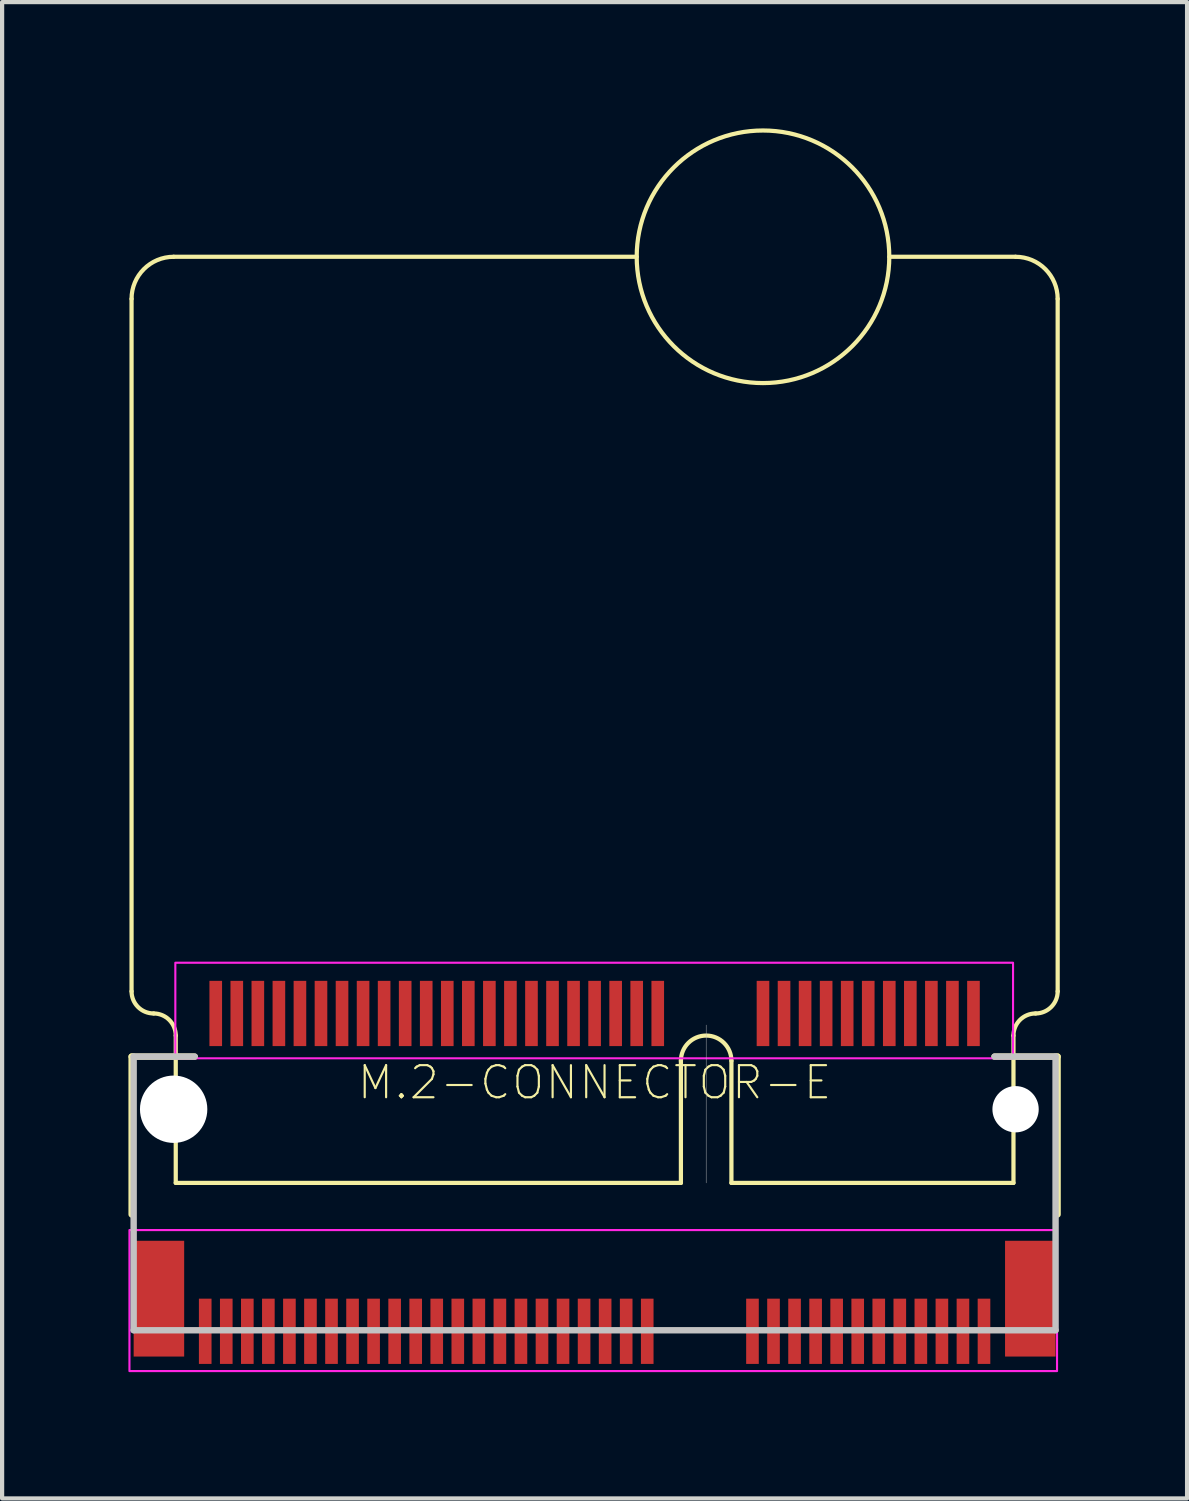
<source format=kicad_pcb>
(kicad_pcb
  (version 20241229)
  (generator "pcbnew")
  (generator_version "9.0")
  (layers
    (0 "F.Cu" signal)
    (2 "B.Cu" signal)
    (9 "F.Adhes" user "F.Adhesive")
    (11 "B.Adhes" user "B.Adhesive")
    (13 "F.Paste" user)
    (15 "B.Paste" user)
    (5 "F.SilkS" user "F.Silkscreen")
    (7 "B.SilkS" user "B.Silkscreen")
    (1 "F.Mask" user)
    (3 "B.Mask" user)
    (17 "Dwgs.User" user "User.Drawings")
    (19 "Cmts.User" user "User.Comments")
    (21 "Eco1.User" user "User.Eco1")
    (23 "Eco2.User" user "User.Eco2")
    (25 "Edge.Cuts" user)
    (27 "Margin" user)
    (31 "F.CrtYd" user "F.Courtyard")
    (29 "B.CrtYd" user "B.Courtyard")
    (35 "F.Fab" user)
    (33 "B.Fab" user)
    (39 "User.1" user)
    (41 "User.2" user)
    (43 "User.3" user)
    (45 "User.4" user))
  (footprint "M.2-CONNECTOR-E"
    (layer "F.Cu")
    (at 11.075 23.3)
    (property "Reference" "M.2-CONNECTOR-E" (at 0 -0.635 0) (layer "F.SilkS") (effects (font (size 0.762 0.762) (thickness 0.051))))
    (attr smd)
    (fp_line (start -11 -19.25) (end -11 -2.8) (stroke (width 0.1) (type solid)) (layer "F.SilkS"))
    (fp_line (start -10.998 2.499) (end -10.998 -1.25) (stroke (width 0.152) (type solid)) (layer "F.SilkS"))
    (fp_line (start -9.95 1.75) (end -9.95 -1.75) (stroke (width 0.1) (type solid)) (layer "F.SilkS"))
    (fp_line (start -9.5 -1.25) (end -10.998 -1.25) (stroke (width 0.152) (type solid)) (layer "F.SilkS"))
    (fp_line (start 1 -20.25) (end -10 -20.25) (stroke (width 0.1) (type solid)) (layer "F.SilkS"))
    (fp_line (start 2.05 -1.15) (end 2.05 1.75) (stroke (width 0.1) (type solid)) (layer "F.SilkS"))
    (fp_line (start 2.05 1.75) (end -9.95 1.75) (stroke (width 0.1) (type solid)) (layer "F.SilkS"))
    (fp_line (start 3.25 -1.15) (end 3.25 1.75) (stroke (width 0.1) (type solid)) (layer "F.SilkS"))
    (fp_line (start 9.95 -1.75) (end 9.95 1.75) (stroke (width 0.1) (type solid)) (layer "F.SilkS"))
    (fp_line (start 9.95 1.75) (end 3.25 1.75) (stroke (width 0.1) (type solid)) (layer "F.SilkS"))
    (fp_line (start 10 -20.25) (end 7 -20.25) (stroke (width 0.1) (type solid)) (layer "F.SilkS"))
    (fp_line (start 10.998 -1.25) (end 9.5 -1.25) (stroke (width 0.152) (type solid)) (layer "F.SilkS"))
    (fp_line (start 10.998 2.499) (end 10.998 -1.25) (stroke (width 0.152) (type solid)) (layer "F.SilkS"))
    (fp_line (start 11 -19.25) (end 11 -2.8) (stroke (width 0.1) (type solid)) (layer "F.SilkS"))
    (fp_arc (start -11 -19.25) (mid -10.707105 -19.957105) (end -10 -20.25) (stroke (width 0.1) (type solid)) (layer "F.SilkS"))
    (fp_arc (start -10.475 -2.275) (mid -10.846231 -2.428769) (end -11 -2.8) (stroke (width 0.1) (type solid)) (layer "F.SilkS"))
    (fp_arc (start -10.475 -2.275) (mid -10.103769 -2.121231) (end -9.95 -1.75) (stroke (width 0.1) (type solid)) (layer "F.SilkS"))
    (fp_arc (start 2.05 -1.15) (mid 2.65 -1.75) (end 3.25 -1.15) (stroke (width 0.1) (type solid)) (layer "F.SilkS"))
    (fp_arc (start 9.95 -1.75) (mid 10.103769 -2.121231) (end 10.475 -2.275) (stroke (width 0.1) (type solid)) (layer "F.SilkS"))
    (fp_arc (start 10 -20.25) (mid 10.707106 -19.957107) (end 11 -19.25) (stroke (width 0.1) (type solid)) (layer "F.SilkS"))
    (fp_arc (start 11 -2.8) (mid 10.846232 -2.428768) (end 10.475 -2.275) (stroke (width 0.1) (type solid)) (layer "F.SilkS"))
    (fp_circle (center 4 -20.25) (end 7 -20.25) (stroke (width 0.1) (type default)) (fill no) (layer "F.SilkS"))
    (fp_line (start -9.398 4.399) (end -9.098 4.399) (stroke (width 0.066) (type solid)) (layer "F.Paste"))
    (fp_line (start -9.398 6.149) (end -9.398 4.399) (stroke (width 0.066) (type solid)) (layer "F.Paste"))
    (fp_line (start -9.398 6.149) (end -9.098 6.149) (stroke (width 0.066) (type solid)) (layer "F.Paste"))
    (fp_line (start -9.149 -3.15) (end -8.849 -3.15) (stroke (width 0.066) (type solid)) (layer "F.Paste"))
    (fp_line (start -9.149 -1.4) (end -9.149 -3.15) (stroke (width 0.066) (type solid)) (layer "F.Paste"))
    (fp_line (start -9.149 -1.4) (end -8.849 -1.4) (stroke (width 0.066) (type solid)) (layer "F.Paste"))
    (fp_line (start -9.098 6.149) (end -9.098 4.399) (stroke (width 0.066) (type solid)) (layer "F.Paste"))
    (fp_line (start -8.898 4.399) (end -8.598 4.399) (stroke (width 0.066) (type solid)) (layer "F.Paste"))
    (fp_line (start -8.898 6.149) (end -8.898 4.399) (stroke (width 0.066) (type solid)) (layer "F.Paste"))
    (fp_line (start -8.898 6.149) (end -8.598 6.149) (stroke (width 0.066) (type solid)) (layer "F.Paste"))
    (fp_line (start -8.849 -1.4) (end -8.849 -3.15) (stroke (width 0.066) (type solid)) (layer "F.Paste"))
    (fp_line (start -8.649 -3.15) (end -8.349 -3.15) (stroke (width 0.066) (type solid)) (layer "F.Paste"))
    (fp_line (start -8.649 -1.4) (end -8.649 -3.15) (stroke (width 0.066) (type solid)) (layer "F.Paste"))
    (fp_line (start -8.649 -1.4) (end -8.349 -1.4) (stroke (width 0.066) (type solid)) (layer "F.Paste"))
    (fp_line (start -8.598 6.149) (end -8.598 4.399) (stroke (width 0.066) (type solid)) (layer "F.Paste"))
    (fp_line (start -8.4 4.399) (end -8.098 4.399) (stroke (width 0.066) (type solid)) (layer "F.Paste"))
    (fp_line (start -8.4 6.149) (end -8.4 4.399) (stroke (width 0.066) (type solid)) (layer "F.Paste"))
    (fp_line (start -8.4 6.149) (end -8.098 6.149) (stroke (width 0.066) (type solid)) (layer "F.Paste"))
    (fp_line (start -8.349 -1.4) (end -8.349 -3.15) (stroke (width 0.066) (type solid)) (layer "F.Paste"))
    (fp_line (start -8.148 -3.15) (end -7.849 -3.15) (stroke (width 0.066) (type solid)) (layer "F.Paste"))
    (fp_line (start -8.148 -1.4) (end -8.148 -3.15) (stroke (width 0.066) (type solid)) (layer "F.Paste"))
    (fp_line (start -8.148 -1.4) (end -7.849 -1.4) (stroke (width 0.066) (type solid)) (layer "F.Paste"))
    (fp_line (start -8.098 6.149) (end -8.098 4.399) (stroke (width 0.066) (type solid)) (layer "F.Paste"))
    (fp_line (start -7.899 4.399) (end -7.6 4.399) (stroke (width 0.066) (type solid)) (layer "F.Paste"))
    (fp_line (start -7.899 6.149) (end -7.899 4.399) (stroke (width 0.066) (type solid)) (layer "F.Paste"))
    (fp_line (start -7.899 6.149) (end -7.6 6.149) (stroke (width 0.066) (type solid)) (layer "F.Paste"))
    (fp_line (start -7.849 -1.4) (end -7.849 -3.15) (stroke (width 0.066) (type solid)) (layer "F.Paste"))
    (fp_line (start -7.648 -3.15) (end -7.348 -3.15) (stroke (width 0.066) (type solid)) (layer "F.Paste"))
    (fp_line (start -7.648 -1.4) (end -7.648 -3.15) (stroke (width 0.066) (type solid)) (layer "F.Paste"))
    (fp_line (start -7.648 -1.4) (end -7.348 -1.4) (stroke (width 0.066) (type solid)) (layer "F.Paste"))
    (fp_line (start -7.6 6.149) (end -7.6 4.399) (stroke (width 0.066) (type solid)) (layer "F.Paste"))
    (fp_line (start -7.399 4.399) (end -7.099 4.399) (stroke (width 0.066) (type solid)) (layer "F.Paste"))
    (fp_line (start -7.399 6.149) (end -7.399 4.399) (stroke (width 0.066) (type solid)) (layer "F.Paste"))
    (fp_line (start -7.399 6.149) (end -7.099 6.149) (stroke (width 0.066) (type solid)) (layer "F.Paste"))
    (fp_line (start -7.348 -1.4) (end -7.348 -3.15) (stroke (width 0.066) (type solid)) (layer "F.Paste"))
    (fp_line (start -7.148 -3.15) (end -6.848 -3.15) (stroke (width 0.066) (type solid)) (layer "F.Paste"))
    (fp_line (start -7.148 -1.4) (end -7.148 -3.15) (stroke (width 0.066) (type solid)) (layer "F.Paste"))
    (fp_line (start -7.148 -1.4) (end -6.848 -1.4) (stroke (width 0.066) (type solid)) (layer "F.Paste"))
    (fp_line (start -7.099 6.149) (end -7.099 4.399) (stroke (width 0.066) (type solid)) (layer "F.Paste"))
    (fp_line (start -6.899 4.399) (end -6.599 4.399) (stroke (width 0.066) (type solid)) (layer "F.Paste"))
    (fp_line (start -6.899 6.149) (end -6.899 4.399) (stroke (width 0.066) (type solid)) (layer "F.Paste"))
    (fp_line (start -6.899 6.149) (end -6.599 6.149) (stroke (width 0.066) (type solid)) (layer "F.Paste"))
    (fp_line (start -6.848 -1.4) (end -6.848 -3.15) (stroke (width 0.066) (type solid)) (layer "F.Paste"))
    (fp_line (start -6.65 -3.15) (end -6.35 -3.15) (stroke (width 0.066) (type solid)) (layer "F.Paste"))
    (fp_line (start -6.65 -1.4) (end -6.65 -3.15) (stroke (width 0.066) (type solid)) (layer "F.Paste"))
    (fp_line (start -6.65 -1.4) (end -6.35 -1.4) (stroke (width 0.066) (type solid)) (layer "F.Paste"))
    (fp_line (start -6.599 6.149) (end -6.599 4.399) (stroke (width 0.066) (type solid)) (layer "F.Paste"))
    (fp_line (start -6.398 4.399) (end -6.099 4.399) (stroke (width 0.066) (type solid)) (layer "F.Paste"))
    (fp_line (start -6.398 6.149) (end -6.398 4.399) (stroke (width 0.066) (type solid)) (layer "F.Paste"))
    (fp_line (start -6.398 6.149) (end -6.099 6.149) (stroke (width 0.066) (type solid)) (layer "F.Paste"))
    (fp_line (start -6.35 -1.4) (end -6.35 -3.15) (stroke (width 0.066) (type solid)) (layer "F.Paste"))
    (fp_line (start -6.149 -3.15) (end -5.85 -3.15) (stroke (width 0.066) (type solid)) (layer "F.Paste"))
    (fp_line (start -6.149 -1.4) (end -6.149 -3.15) (stroke (width 0.066) (type solid)) (layer "F.Paste"))
    (fp_line (start -6.149 -1.4) (end -5.85 -1.4) (stroke (width 0.066) (type solid)) (layer "F.Paste"))
    (fp_line (start -6.099 6.149) (end -6.099 4.399) (stroke (width 0.066) (type solid)) (layer "F.Paste"))
    (fp_line (start -5.898 4.399) (end -5.598 4.399) (stroke (width 0.066) (type solid)) (layer "F.Paste"))
    (fp_line (start -5.898 6.149) (end -5.898 4.399) (stroke (width 0.066) (type solid)) (layer "F.Paste"))
    (fp_line (start -5.898 6.149) (end -5.598 6.149) (stroke (width 0.066) (type solid)) (layer "F.Paste"))
    (fp_line (start -5.85 -1.4) (end -5.85 -3.15) (stroke (width 0.066) (type solid)) (layer "F.Paste"))
    (fp_line (start -5.649 -3.15) (end -5.349 -3.15) (stroke (width 0.066) (type solid)) (layer "F.Paste"))
    (fp_line (start -5.649 -1.4) (end -5.649 -3.15) (stroke (width 0.066) (type solid)) (layer "F.Paste"))
    (fp_line (start -5.649 -1.4) (end -5.349 -1.4) (stroke (width 0.066) (type solid)) (layer "F.Paste"))
    (fp_line (start -5.598 6.149) (end -5.598 4.399) (stroke (width 0.066) (type solid)) (layer "F.Paste"))
    (fp_line (start -5.397 4.399) (end -5.098 4.399) (stroke (width 0.066) (type solid)) (layer "F.Paste"))
    (fp_line (start -5.397 6.149) (end -5.397 4.399) (stroke (width 0.066) (type solid)) (layer "F.Paste"))
    (fp_line (start -5.397 6.149) (end -5.098 6.149) (stroke (width 0.066) (type solid)) (layer "F.Paste"))
    (fp_line (start -5.349 -1.4) (end -5.349 -3.15) (stroke (width 0.066) (type solid)) (layer "F.Paste"))
    (fp_line (start -5.149 -3.15) (end -4.849 -3.15) (stroke (width 0.066) (type solid)) (layer "F.Paste"))
    (fp_line (start -5.149 -1.4) (end -5.149 -3.15) (stroke (width 0.066) (type solid)) (layer "F.Paste"))
    (fp_line (start -5.149 -1.4) (end -4.849 -1.4) (stroke (width 0.066) (type solid)) (layer "F.Paste"))
    (fp_line (start -5.098 6.149) (end -5.098 4.399) (stroke (width 0.066) (type solid)) (layer "F.Paste"))
    (fp_line (start -4.9 4.399) (end -4.6 4.399) (stroke (width 0.066) (type solid)) (layer "F.Paste"))
    (fp_line (start -4.9 6.149) (end -4.9 4.399) (stroke (width 0.066) (type solid)) (layer "F.Paste"))
    (fp_line (start -4.9 6.149) (end -4.6 6.149) (stroke (width 0.066) (type solid)) (layer "F.Paste"))
    (fp_line (start -4.849 -1.4) (end -4.849 -3.15) (stroke (width 0.066) (type solid)) (layer "F.Paste"))
    (fp_line (start -4.648 -3.15) (end -4.348 -3.15) (stroke (width 0.066) (type solid)) (layer "F.Paste"))
    (fp_line (start -4.648 -1.4) (end -4.648 -3.15) (stroke (width 0.066) (type solid)) (layer "F.Paste"))
    (fp_line (start -4.648 -1.4) (end -4.348 -1.4) (stroke (width 0.066) (type solid)) (layer "F.Paste"))
    (fp_line (start -4.6 6.149) (end -4.6 4.399) (stroke (width 0.066) (type solid)) (layer "F.Paste"))
    (fp_line (start -4.399 4.399) (end -4.1 4.399) (stroke (width 0.066) (type solid)) (layer "F.Paste"))
    (fp_line (start -4.399 6.149) (end -4.399 4.399) (stroke (width 0.066) (type solid)) (layer "F.Paste"))
    (fp_line (start -4.399 6.149) (end -4.1 6.149) (stroke (width 0.066) (type solid)) (layer "F.Paste"))
    (fp_line (start -4.348 -1.4) (end -4.348 -3.15) (stroke (width 0.066) (type solid)) (layer "F.Paste"))
    (fp_line (start -4.148 -3.15) (end -3.848 -3.15) (stroke (width 0.066) (type solid)) (layer "F.Paste"))
    (fp_line (start -4.148 -1.4) (end -4.148 -3.15) (stroke (width 0.066) (type solid)) (layer "F.Paste"))
    (fp_line (start -4.148 -1.4) (end -3.848 -1.4) (stroke (width 0.066) (type solid)) (layer "F.Paste"))
    (fp_line (start -4.1 6.149) (end -4.1 4.399) (stroke (width 0.066) (type solid)) (layer "F.Paste"))
    (fp_line (start -3.899 4.399) (end -3.599 4.399) (stroke (width 0.066) (type solid)) (layer "F.Paste"))
    (fp_line (start -3.899 6.149) (end -3.899 4.399) (stroke (width 0.066) (type solid)) (layer "F.Paste"))
    (fp_line (start -3.899 6.149) (end -3.599 6.149) (stroke (width 0.066) (type solid)) (layer "F.Paste"))
    (fp_line (start -3.848 -1.4) (end -3.848 -3.15) (stroke (width 0.066) (type solid)) (layer "F.Paste"))
    (fp_line (start -3.65 -3.15) (end -3.348 -3.15) (stroke (width 0.066) (type solid)) (layer "F.Paste"))
    (fp_line (start -3.65 -1.4) (end -3.65 -3.15) (stroke (width 0.066) (type solid)) (layer "F.Paste"))
    (fp_line (start -3.65 -1.4) (end -3.348 -1.4) (stroke (width 0.066) (type solid)) (layer "F.Paste"))
    (fp_line (start -3.599 6.149) (end -3.599 4.399) (stroke (width 0.066) (type solid)) (layer "F.Paste"))
    (fp_line (start -3.399 4.399) (end -3.099 4.399) (stroke (width 0.066) (type solid)) (layer "F.Paste"))
    (fp_line (start -3.399 6.149) (end -3.399 4.399) (stroke (width 0.066) (type solid)) (layer "F.Paste"))
    (fp_line (start -3.399 6.149) (end -3.099 6.149) (stroke (width 0.066) (type solid)) (layer "F.Paste"))
    (fp_line (start -3.348 -1.4) (end -3.348 -3.15) (stroke (width 0.066) (type solid)) (layer "F.Paste"))
    (fp_line (start -3.15 -3.15) (end -2.85 -3.15) (stroke (width 0.066) (type solid)) (layer "F.Paste"))
    (fp_line (start -3.15 -1.4) (end -3.15 -3.15) (stroke (width 0.066) (type solid)) (layer "F.Paste"))
    (fp_line (start -3.15 -1.4) (end -2.85 -1.4) (stroke (width 0.066) (type solid)) (layer "F.Paste"))
    (fp_line (start -3.099 6.149) (end -3.099 4.399) (stroke (width 0.066) (type solid)) (layer "F.Paste"))
    (fp_line (start -2.898 4.399) (end -2.598 4.399) (stroke (width 0.066) (type solid)) (layer "F.Paste"))
    (fp_line (start -2.898 6.149) (end -2.898 4.399) (stroke (width 0.066) (type solid)) (layer "F.Paste"))
    (fp_line (start -2.898 6.149) (end -2.598 6.149) (stroke (width 0.066) (type solid)) (layer "F.Paste"))
    (fp_line (start -2.85 -1.4) (end -2.85 -3.15) (stroke (width 0.066) (type solid)) (layer "F.Paste"))
    (fp_line (start -2.649 -3.15) (end -2.349 -3.15) (stroke (width 0.066) (type solid)) (layer "F.Paste"))
    (fp_line (start -2.649 -1.4) (end -2.649 -3.15) (stroke (width 0.066) (type solid)) (layer "F.Paste"))
    (fp_line (start -2.649 -1.4) (end -2.349 -1.4) (stroke (width 0.066) (type solid)) (layer "F.Paste"))
    (fp_line (start -2.598 6.149) (end -2.598 4.399) (stroke (width 0.066) (type solid)) (layer "F.Paste"))
    (fp_line (start -2.398 4.399) (end -2.098 4.399) (stroke (width 0.066) (type solid)) (layer "F.Paste"))
    (fp_line (start -2.398 6.149) (end -2.398 4.399) (stroke (width 0.066) (type solid)) (layer "F.Paste"))
    (fp_line (start -2.398 6.149) (end -2.098 6.149) (stroke (width 0.066) (type solid)) (layer "F.Paste"))
    (fp_line (start -2.349 -1.4) (end -2.349 -3.15) (stroke (width 0.066) (type solid)) (layer "F.Paste"))
    (fp_line (start -2.149 -3.15) (end -1.849 -3.15) (stroke (width 0.066) (type solid)) (layer "F.Paste"))
    (fp_line (start -2.149 -1.4) (end -2.149 -3.15) (stroke (width 0.066) (type solid)) (layer "F.Paste"))
    (fp_line (start -2.149 -1.4) (end -1.849 -1.4) (stroke (width 0.066) (type solid)) (layer "F.Paste"))
    (fp_line (start -2.098 6.149) (end -2.098 4.399) (stroke (width 0.066) (type solid)) (layer "F.Paste"))
    (fp_line (start -1.9 4.399) (end -1.598 4.399) (stroke (width 0.066) (type solid)) (layer "F.Paste"))
    (fp_line (start -1.9 6.149) (end -1.9 4.399) (stroke (width 0.066) (type solid)) (layer "F.Paste"))
    (fp_line (start -1.9 6.149) (end -1.598 6.149) (stroke (width 0.066) (type solid)) (layer "F.Paste"))
    (fp_line (start -1.849 -1.4) (end -1.849 -3.15) (stroke (width 0.066) (type solid)) (layer "F.Paste"))
    (fp_line (start -1.648 -3.15) (end -1.349 -3.15) (stroke (width 0.066) (type solid)) (layer "F.Paste"))
    (fp_line (start -1.648 -1.4) (end -1.648 -3.15) (stroke (width 0.066) (type solid)) (layer "F.Paste"))
    (fp_line (start -1.648 -1.4) (end -1.349 -1.4) (stroke (width 0.066) (type solid)) (layer "F.Paste"))
    (fp_line (start -1.598 6.149) (end -1.598 4.399) (stroke (width 0.066) (type solid)) (layer "F.Paste"))
    (fp_line (start -1.4 4.399) (end -1.1 4.399) (stroke (width 0.066) (type solid)) (layer "F.Paste"))
    (fp_line (start -1.4 6.149) (end -1.4 4.399) (stroke (width 0.066) (type solid)) (layer "F.Paste"))
    (fp_line (start -1.4 6.149) (end -1.1 6.149) (stroke (width 0.066) (type solid)) (layer "F.Paste"))
    (fp_line (start -1.349 -1.4) (end -1.349 -3.15) (stroke (width 0.066) (type solid)) (layer "F.Paste"))
    (fp_line (start -1.148 -3.15) (end -0.848 -3.15) (stroke (width 0.066) (type solid)) (layer "F.Paste"))
    (fp_line (start -1.148 -1.4) (end -1.148 -3.15) (stroke (width 0.066) (type solid)) (layer "F.Paste"))
    (fp_line (start -1.148 -1.4) (end -0.848 -1.4) (stroke (width 0.066) (type solid)) (layer "F.Paste"))
    (fp_line (start -1.1 6.149) (end -1.1 4.399) (stroke (width 0.066) (type solid)) (layer "F.Paste"))
    (fp_line (start -0.899 4.399) (end -0.599 4.399) (stroke (width 0.066) (type solid)) (layer "F.Paste"))
    (fp_line (start -0.899 6.149) (end -0.899 4.399) (stroke (width 0.066) (type solid)) (layer "F.Paste"))
    (fp_line (start -0.899 6.149) (end -0.599 6.149) (stroke (width 0.066) (type solid)) (layer "F.Paste"))
    (fp_line (start -0.848 -1.4) (end -0.848 -3.15) (stroke (width 0.066) (type solid)) (layer "F.Paste"))
    (fp_line (start -0.648 -3.15) (end -0.348 -3.15) (stroke (width 0.066) (type solid)) (layer "F.Paste"))
    (fp_line (start -0.648 -1.4) (end -0.648 -3.15) (stroke (width 0.066) (type solid)) (layer "F.Paste"))
    (fp_line (start -0.648 -1.4) (end -0.348 -1.4) (stroke (width 0.066) (type solid)) (layer "F.Paste"))
    (fp_line (start -0.599 6.149) (end -0.599 4.399) (stroke (width 0.066) (type solid)) (layer "F.Paste"))
    (fp_line (start -0.399 4.399) (end -0.099 4.399) (stroke (width 0.066) (type solid)) (layer "F.Paste"))
    (fp_line (start -0.399 6.149) (end -0.399 4.399) (stroke (width 0.066) (type solid)) (layer "F.Paste"))
    (fp_line (start -0.399 6.149) (end -0.099 6.149) (stroke (width 0.066) (type solid)) (layer "F.Paste"))
    (fp_line (start -0.348 -1.4) (end -0.348 -3.15) (stroke (width 0.066) (type solid)) (layer "F.Paste"))
    (fp_line (start -0.15 -3.15) (end 0.15 -3.15) (stroke (width 0.066) (type solid)) (layer "F.Paste"))
    (fp_line (start -0.15 -1.4) (end -0.15 -3.15) (stroke (width 0.066) (type solid)) (layer "F.Paste"))
    (fp_line (start -0.15 -1.4) (end 0.15 -1.4) (stroke (width 0.066) (type solid)) (layer "F.Paste"))
    (fp_line (start -0.099 6.149) (end -0.099 4.399) (stroke (width 0.066) (type solid)) (layer "F.Paste"))
    (fp_line (start 0.099 4.399) (end 0.399 4.399) (stroke (width 0.066) (type solid)) (layer "F.Paste"))
    (fp_line (start 0.099 6.149) (end 0.099 4.399) (stroke (width 0.066) (type solid)) (layer "F.Paste"))
    (fp_line (start 0.099 6.149) (end 0.399 6.149) (stroke (width 0.066) (type solid)) (layer "F.Paste"))
    (fp_line (start 0.15 -1.4) (end 0.15 -3.15) (stroke (width 0.066) (type solid)) (layer "F.Paste"))
    (fp_line (start 0.348 -3.15) (end 0.648 -3.15) (stroke (width 0.066) (type solid)) (layer "F.Paste"))
    (fp_line (start 0.348 -1.4) (end 0.348 -3.15) (stroke (width 0.066) (type solid)) (layer "F.Paste"))
    (fp_line (start 0.348 -1.4) (end 0.648 -1.4) (stroke (width 0.066) (type solid)) (layer "F.Paste"))
    (fp_line (start 0.399 6.149) (end 0.399 4.399) (stroke (width 0.066) (type solid)) (layer "F.Paste"))
    (fp_line (start 0.599 4.399) (end 0.899 4.399) (stroke (width 0.066) (type solid)) (layer "F.Paste"))
    (fp_line (start 0.599 6.149) (end 0.599 4.399) (stroke (width 0.066) (type solid)) (layer "F.Paste"))
    (fp_line (start 0.599 6.149) (end 0.899 6.149) (stroke (width 0.066) (type solid)) (layer "F.Paste"))
    (fp_line (start 0.648 -1.4) (end 0.648 -3.15) (stroke (width 0.066) (type solid)) (layer "F.Paste"))
    (fp_line (start 0.848 -3.15) (end 1.148 -3.15) (stroke (width 0.066) (type solid)) (layer "F.Paste"))
    (fp_line (start 0.848 -1.4) (end 0.848 -3.15) (stroke (width 0.066) (type solid)) (layer "F.Paste"))
    (fp_line (start 0.848 -1.4) (end 1.148 -1.4) (stroke (width 0.066) (type solid)) (layer "F.Paste"))
    (fp_line (start 0.899 6.149) (end 0.899 4.399) (stroke (width 0.066) (type solid)) (layer "F.Paste"))
    (fp_line (start 1.1 4.399) (end 1.4 4.399) (stroke (width 0.066) (type solid)) (layer "F.Paste"))
    (fp_line (start 1.1 6.149) (end 1.1 4.399) (stroke (width 0.066) (type solid)) (layer "F.Paste"))
    (fp_line (start 1.1 6.149) (end 1.4 6.149) (stroke (width 0.066) (type solid)) (layer "F.Paste"))
    (fp_line (start 1.148 -1.4) (end 1.148 -3.15) (stroke (width 0.066) (type solid)) (layer "F.Paste"))
    (fp_line (start 1.349 -3.15) (end 1.648 -3.15) (stroke (width 0.066) (type solid)) (layer "F.Paste"))
    (fp_line (start 1.349 -1.4) (end 1.349 -3.15) (stroke (width 0.066) (type solid)) (layer "F.Paste"))
    (fp_line (start 1.349 -1.4) (end 1.648 -1.4) (stroke (width 0.066) (type solid)) (layer "F.Paste"))
    (fp_line (start 1.4 6.149) (end 1.4 4.399) (stroke (width 0.066) (type solid)) (layer "F.Paste"))
    (fp_line (start 1.648 -1.4) (end 1.648 -3.15) (stroke (width 0.066) (type solid)) (layer "F.Paste"))
    (fp_line (start 3.599 4.399) (end 3.899 4.399) (stroke (width 0.066) (type solid)) (layer "F.Paste"))
    (fp_line (start 3.599 6.149) (end 3.599 4.399) (stroke (width 0.066) (type solid)) (layer "F.Paste"))
    (fp_line (start 3.599 6.149) (end 3.899 6.149) (stroke (width 0.066) (type solid)) (layer "F.Paste"))
    (fp_line (start 3.848 -3.15) (end 4.148 -3.15) (stroke (width 0.066) (type solid)) (layer "F.Paste"))
    (fp_line (start 3.848 -1.4) (end 3.848 -3.15) (stroke (width 0.066) (type solid)) (layer "F.Paste"))
    (fp_line (start 3.848 -1.4) (end 4.148 -1.4) (stroke (width 0.066) (type solid)) (layer "F.Paste"))
    (fp_line (start 3.899 6.149) (end 3.899 4.399) (stroke (width 0.066) (type solid)) (layer "F.Paste"))
    (fp_line (start 4.1 4.399) (end 4.399 4.399) (stroke (width 0.066) (type solid)) (layer "F.Paste"))
    (fp_line (start 4.1 6.149) (end 4.1 4.399) (stroke (width 0.066) (type solid)) (layer "F.Paste"))
    (fp_line (start 4.1 6.149) (end 4.399 6.149) (stroke (width 0.066) (type solid)) (layer "F.Paste"))
    (fp_line (start 4.148 -1.4) (end 4.148 -3.15) (stroke (width 0.066) (type solid)) (layer "F.Paste"))
    (fp_line (start 4.348 -3.15) (end 4.648 -3.15) (stroke (width 0.066) (type solid)) (layer "F.Paste"))
    (fp_line (start 4.348 -1.4) (end 4.348 -3.15) (stroke (width 0.066) (type solid)) (layer "F.Paste"))
    (fp_line (start 4.348 -1.4) (end 4.648 -1.4) (stroke (width 0.066) (type solid)) (layer "F.Paste"))
    (fp_line (start 4.399 6.149) (end 4.399 4.399) (stroke (width 0.066) (type solid)) (layer "F.Paste"))
    (fp_line (start 4.6 4.399) (end 4.9 4.399) (stroke (width 0.066) (type solid)) (layer "F.Paste"))
    (fp_line (start 4.6 6.149) (end 4.6 4.399) (stroke (width 0.066) (type solid)) (layer "F.Paste"))
    (fp_line (start 4.6 6.149) (end 4.9 6.149) (stroke (width 0.066) (type solid)) (layer "F.Paste"))
    (fp_line (start 4.648 -1.4) (end 4.648 -3.15) (stroke (width 0.066) (type solid)) (layer "F.Paste"))
    (fp_line (start 4.849 -3.15) (end 5.149 -3.15) (stroke (width 0.066) (type solid)) (layer "F.Paste"))
    (fp_line (start 4.849 -1.4) (end 4.849 -3.15) (stroke (width 0.066) (type solid)) (layer "F.Paste"))
    (fp_line (start 4.849 -1.4) (end 5.149 -1.4) (stroke (width 0.066) (type solid)) (layer "F.Paste"))
    (fp_line (start 4.9 6.149) (end 4.9 4.399) (stroke (width 0.066) (type solid)) (layer "F.Paste"))
    (fp_line (start 5.098 4.399) (end 5.397 4.399) (stroke (width 0.066) (type solid)) (layer "F.Paste"))
    (fp_line (start 5.098 6.149) (end 5.098 4.399) (stroke (width 0.066) (type solid)) (layer "F.Paste"))
    (fp_line (start 5.098 6.149) (end 5.397 6.149) (stroke (width 0.066) (type solid)) (layer "F.Paste"))
    (fp_line (start 5.149 -1.4) (end 5.149 -3.15) (stroke (width 0.066) (type solid)) (layer "F.Paste"))
    (fp_line (start 5.349 -3.15) (end 5.649 -3.15) (stroke (width 0.066) (type solid)) (layer "F.Paste"))
    (fp_line (start 5.349 -1.4) (end 5.349 -3.15) (stroke (width 0.066) (type solid)) (layer "F.Paste"))
    (fp_line (start 5.349 -1.4) (end 5.649 -1.4) (stroke (width 0.066) (type solid)) (layer "F.Paste"))
    (fp_line (start 5.397 6.149) (end 5.397 4.399) (stroke (width 0.066) (type solid)) (layer "F.Paste"))
    (fp_line (start 5.598 4.399) (end 5.898 4.399) (stroke (width 0.066) (type solid)) (layer "F.Paste"))
    (fp_line (start 5.598 6.149) (end 5.598 4.399) (stroke (width 0.066) (type solid)) (layer "F.Paste"))
    (fp_line (start 5.598 6.149) (end 5.898 6.149) (stroke (width 0.066) (type solid)) (layer "F.Paste"))
    (fp_line (start 5.649 -1.4) (end 5.649 -3.15) (stroke (width 0.066) (type solid)) (layer "F.Paste"))
    (fp_line (start 5.85 -3.15) (end 6.149 -3.15) (stroke (width 0.066) (type solid)) (layer "F.Paste"))
    (fp_line (start 5.85 -1.4) (end 5.85 -3.15) (stroke (width 0.066) (type solid)) (layer "F.Paste"))
    (fp_line (start 5.85 -1.4) (end 6.149 -1.4) (stroke (width 0.066) (type solid)) (layer "F.Paste"))
    (fp_line (start 5.898 6.149) (end 5.898 4.399) (stroke (width 0.066) (type solid)) (layer "F.Paste"))
    (fp_line (start 6.099 4.399) (end 6.398 4.399) (stroke (width 0.066) (type solid)) (layer "F.Paste"))
    (fp_line (start 6.099 6.149) (end 6.099 4.399) (stroke (width 0.066) (type solid)) (layer "F.Paste"))
    (fp_line (start 6.099 6.149) (end 6.398 6.149) (stroke (width 0.066) (type solid)) (layer "F.Paste"))
    (fp_line (start 6.149 -1.4) (end 6.149 -3.15) (stroke (width 0.066) (type solid)) (layer "F.Paste"))
    (fp_line (start 6.35 -3.15) (end 6.65 -3.15) (stroke (width 0.066) (type solid)) (layer "F.Paste"))
    (fp_line (start 6.35 -1.4) (end 6.35 -3.15) (stroke (width 0.066) (type solid)) (layer "F.Paste"))
    (fp_line (start 6.35 -1.4) (end 6.65 -1.4) (stroke (width 0.066) (type solid)) (layer "F.Paste"))
    (fp_line (start 6.398 6.149) (end 6.398 4.399) (stroke (width 0.066) (type solid)) (layer "F.Paste"))
    (fp_line (start 6.599 4.399) (end 6.899 4.399) (stroke (width 0.066) (type solid)) (layer "F.Paste"))
    (fp_line (start 6.599 6.149) (end 6.599 4.399) (stroke (width 0.066) (type solid)) (layer "F.Paste"))
    (fp_line (start 6.599 6.149) (end 6.899 6.149) (stroke (width 0.066) (type solid)) (layer "F.Paste"))
    (fp_line (start 6.65 -1.4) (end 6.65 -3.15) (stroke (width 0.066) (type solid)) (layer "F.Paste"))
    (fp_line (start 6.848 -3.15) (end 7.148 -3.15) (stroke (width 0.066) (type solid)) (layer "F.Paste"))
    (fp_line (start 6.848 -1.4) (end 6.848 -3.15) (stroke (width 0.066) (type solid)) (layer "F.Paste"))
    (fp_line (start 6.848 -1.4) (end 7.148 -1.4) (stroke (width 0.066) (type solid)) (layer "F.Paste"))
    (fp_line (start 6.899 6.149) (end 6.899 4.399) (stroke (width 0.066) (type solid)) (layer "F.Paste"))
    (fp_line (start 7.099 4.399) (end 7.399 4.399) (stroke (width 0.066) (type solid)) (layer "F.Paste"))
    (fp_line (start 7.099 6.149) (end 7.099 4.399) (stroke (width 0.066) (type solid)) (layer "F.Paste"))
    (fp_line (start 7.099 6.149) (end 7.399 6.149) (stroke (width 0.066) (type solid)) (layer "F.Paste"))
    (fp_line (start 7.148 -1.4) (end 7.148 -3.15) (stroke (width 0.066) (type solid)) (layer "F.Paste"))
    (fp_line (start 7.348 -3.15) (end 7.648 -3.15) (stroke (width 0.066) (type solid)) (layer "F.Paste"))
    (fp_line (start 7.348 -1.4) (end 7.348 -3.15) (stroke (width 0.066) (type solid)) (layer "F.Paste"))
    (fp_line (start 7.348 -1.4) (end 7.648 -1.4) (stroke (width 0.066) (type solid)) (layer "F.Paste"))
    (fp_line (start 7.399 6.149) (end 7.399 4.399) (stroke (width 0.066) (type solid)) (layer "F.Paste"))
    (fp_line (start 7.6 4.399) (end 7.899 4.399) (stroke (width 0.066) (type solid)) (layer "F.Paste"))
    (fp_line (start 7.6 6.149) (end 7.6 4.399) (stroke (width 0.066) (type solid)) (layer "F.Paste"))
    (fp_line (start 7.6 6.149) (end 7.899 6.149) (stroke (width 0.066) (type solid)) (layer "F.Paste"))
    (fp_line (start 7.648 -1.4) (end 7.648 -3.15) (stroke (width 0.066) (type solid)) (layer "F.Paste"))
    (fp_line (start 7.849 -3.15) (end 8.148 -3.15) (stroke (width 0.066) (type solid)) (layer "F.Paste"))
    (fp_line (start 7.849 -1.4) (end 7.849 -3.15) (stroke (width 0.066) (type solid)) (layer "F.Paste"))
    (fp_line (start 7.849 -1.4) (end 8.148 -1.4) (stroke (width 0.066) (type solid)) (layer "F.Paste"))
    (fp_line (start 7.899 6.149) (end 7.899 4.399) (stroke (width 0.066) (type solid)) (layer "F.Paste"))
    (fp_line (start 8.098 4.399) (end 8.4 4.399) (stroke (width 0.066) (type solid)) (layer "F.Paste"))
    (fp_line (start 8.098 6.149) (end 8.098 4.399) (stroke (width 0.066) (type solid)) (layer "F.Paste"))
    (fp_line (start 8.098 6.149) (end 8.4 6.149) (stroke (width 0.066) (type solid)) (layer "F.Paste"))
    (fp_line (start 8.148 -1.4) (end 8.148 -3.15) (stroke (width 0.066) (type solid)) (layer "F.Paste"))
    (fp_line (start 8.349 -3.15) (end 8.649 -3.15) (stroke (width 0.066) (type solid)) (layer "F.Paste"))
    (fp_line (start 8.349 -1.4) (end 8.349 -3.15) (stroke (width 0.066) (type solid)) (layer "F.Paste"))
    (fp_line (start 8.349 -1.4) (end 8.649 -1.4) (stroke (width 0.066) (type solid)) (layer "F.Paste"))
    (fp_line (start 8.4 6.149) (end 8.4 4.399) (stroke (width 0.066) (type solid)) (layer "F.Paste"))
    (fp_line (start 8.598 4.399) (end 8.898 4.399) (stroke (width 0.066) (type solid)) (layer "F.Paste"))
    (fp_line (start 8.598 6.149) (end 8.598 4.399) (stroke (width 0.066) (type solid)) (layer "F.Paste"))
    (fp_line (start 8.598 6.149) (end 8.898 6.149) (stroke (width 0.066) (type solid)) (layer "F.Paste"))
    (fp_line (start 8.649 -1.4) (end 8.649 -3.15) (stroke (width 0.066) (type solid)) (layer "F.Paste"))
    (fp_line (start 8.849 -3.15) (end 9.149 -3.15) (stroke (width 0.066) (type solid)) (layer "F.Paste"))
    (fp_line (start 8.849 -1.4) (end 8.849 -3.15) (stroke (width 0.066) (type solid)) (layer "F.Paste"))
    (fp_line (start 8.849 -1.4) (end 9.149 -1.4) (stroke (width 0.066) (type solid)) (layer "F.Paste"))
    (fp_line (start 8.898 6.149) (end 8.898 4.399) (stroke (width 0.066) (type solid)) (layer "F.Paste"))
    (fp_line (start 9.098 4.399) (end 9.398 4.399) (stroke (width 0.066) (type solid)) (layer "F.Paste"))
    (fp_line (start 9.098 6.149) (end 9.098 4.399) (stroke (width 0.066) (type solid)) (layer "F.Paste"))
    (fp_line (start 9.098 6.149) (end 9.398 6.149) (stroke (width 0.066) (type solid)) (layer "F.Paste"))
    (fp_line (start 9.149 -1.4) (end 9.149 -3.15) (stroke (width 0.066) (type solid)) (layer "F.Paste"))
    (fp_line (start 9.398 6.149) (end 9.398 4.399) (stroke (width 0.066) (type solid)) (layer "F.Paste"))
    (fp_line (start -10.95 -1.25) (end -10.95 5.248) (stroke (width 0.152) (type solid)) (layer "Dwgs.User"))
    (fp_line (start -10.95 5.25) (end 10.95 5.25) (stroke (width 0.152) (type solid)) (layer "Dwgs.User"))
    (fp_line (start -9.5 -1.25) (end -10.95 -1.25) (stroke (width 0.152) (type solid)) (layer "Dwgs.User"))
    (fp_line (start 2.65 -2) (end 2.65 1.75) (stroke (width 0.01) (type default)) (layer "Dwgs.User"))
    (fp_line (start 10.95 -1.25) (end 9.5 -1.25) (stroke (width 0.152) (type solid)) (layer "Dwgs.User"))
    (fp_line (start 10.95 5.248) (end 10.95 -1.25) (stroke (width 0.152) (type solid)) (layer "Dwgs.User"))
    (fp_rect (start -11.05 2.87) (end 10.985 6.22) (stroke (width 0.05) (type default)) (fill no) (layer "F.CrtYd"))
    (fp_rect (start 9.94 -3.48) (end -9.96 -1.21) (stroke (width 0.05) (type default)) (fill no) (layer "F.CrtYd"))
    (pad "" np_thru_hole circle (at -10 0) (size 1.6 1.6) (drill 1.6) (layers "*.Cu" "*.Mask"))
    (pad "" np_thru_hole circle (at 10 0) (size 1.1 1.1) (drill 1.1) (layers "*.Cu" "*.Mask"))
    (pad "1" smd rect (at 9.25 5.275) (size 0.3 1.55) (layers "F.Cu" "F.Mask" "F.Paste"))
    (pad "2" smd rect (at 9 -2.275) (size 0.3 1.55) (layers "F.Cu" "F.Mask" "F.Paste"))
    (pad "3" smd rect (at 8.75 5.275) (size 0.3 1.55) (layers "F.Cu" "F.Mask" "F.Paste"))
    (pad "4" smd rect (at 8.5 -2.275) (size 0.3 1.55) (layers "F.Cu" "F.Mask" "F.Paste"))
    (pad "5" smd rect (at 8.25 5.275) (size 0.3 1.55) (layers "F.Cu" "F.Mask" "F.Paste"))
    (pad "6" smd rect (at 8 -2.275) (size 0.3 1.55) (layers "F.Cu" "F.Mask" "F.Paste"))
    (pad "7" smd rect (at 7.75 5.275) (size 0.3 1.55) (layers "F.Cu" "F.Mask" "F.Paste"))
    (pad "8" smd rect (at 7.5 -2.275) (size 0.3 1.55) (layers "F.Cu" "F.Mask" "F.Paste"))
    (pad "9" smd rect (at 7.25 5.275) (size 0.3 1.55) (layers "F.Cu" "F.Mask" "F.Paste"))
    (pad "10" smd rect (at 7 -2.275) (size 0.3 1.55) (layers "F.Cu" "F.Mask" "F.Paste"))
    (pad "11" smd rect (at 6.75 5.275) (size 0.3 1.55) (layers "F.Cu" "F.Mask" "F.Paste"))
    (pad "12" smd rect (at 6.5 -2.275) (size 0.3 1.55) (layers "F.Cu" "F.Mask" "F.Paste"))
    (pad "13" smd rect (at 6.25 5.275) (size 0.3 1.55) (layers "F.Cu" "F.Mask" "F.Paste"))
    (pad "14" smd rect (at 6 -2.275) (size 0.3 1.55) (layers "F.Cu" "F.Mask" "F.Paste"))
    (pad "15" smd rect (at 5.75 5.275) (size 0.3 1.55) (layers "F.Cu" "F.Mask" "F.Paste"))
    (pad "16" smd rect (at 5.5 -2.275) (size 0.3 1.55) (layers "F.Cu" "F.Mask" "F.Paste"))
    (pad "17" smd rect (at 5.25 5.275) (size 0.3 1.55) (layers "F.Cu" "F.Mask" "F.Paste"))
    (pad "18" smd rect (at 5 -2.275) (size 0.3 1.55) (layers "F.Cu" "F.Mask" "F.Paste"))
    (pad "19" smd rect (at 4.75 5.275) (size 0.3 1.55) (layers "F.Cu" "F.Mask" "F.Paste"))
    (pad "20" smd rect (at 4.5 -2.275) (size 0.3 1.55) (layers "F.Cu" "F.Mask" "F.Paste"))
    (pad "21" smd rect (at 4.25 5.275) (size 0.3 1.55) (layers "F.Cu" "F.Mask" "F.Paste"))
    (pad "22" smd rect (at 4 -2.275) (size 0.3 1.55) (layers "F.Cu" "F.Mask" "F.Paste"))
    (pad "23" smd rect (at 3.75 5.275) (size 0.3 1.55) (layers "F.Cu" "F.Mask" "F.Paste"))
    (pad "32" smd rect (at 1.5 -2.275) (size 0.3 1.55) (layers "F.Cu" "F.Mask" "F.Paste"))
    (pad "33" smd rect (at 1.25 5.275) (size 0.3 1.55) (layers "F.Cu" "F.Mask" "F.Paste"))
    (pad "34" smd rect (at 1 -2.275) (size 0.3 1.55) (layers "F.Cu" "F.Mask" "F.Paste"))
    (pad "35" smd rect (at 0.75 5.275) (size 0.3 1.55) (layers "F.Cu" "F.Mask" "F.Paste"))
    (pad "36" smd rect (at 0.5 -2.275) (size 0.3 1.55) (layers "F.Cu" "F.Mask" "F.Paste"))
    (pad "37" smd rect (at 0.25 5.275) (size 0.3 1.55) (layers "F.Cu" "F.Mask" "F.Paste"))
    (pad "38" smd rect (at 0 -2.275) (size 0.3 1.55) (layers "F.Cu" "F.Mask" "F.Paste"))
    (pad "39" smd rect (at -0.25 5.275) (size 0.3 1.55) (layers "F.Cu" "F.Mask" "F.Paste"))
    (pad "40" smd rect (at -0.5 -2.275) (size 0.3 1.55) (layers "F.Cu" "F.Mask" "F.Paste"))
    (pad "41" smd rect (at -0.75 5.275) (size 0.3 1.55) (layers "F.Cu" "F.Mask" "F.Paste"))
    (pad "42" smd rect (at -1 -2.275) (size 0.3 1.55) (layers "F.Cu" "F.Mask" "F.Paste"))
    (pad "43" smd rect (at -1.25 5.275) (size 0.3 1.55) (layers "F.Cu" "F.Mask" "F.Paste"))
    (pad "44" smd rect (at -1.5 -2.275) (size 0.3 1.55) (layers "F.Cu" "F.Mask" "F.Paste"))
    (pad "45" smd rect (at -1.75 5.275) (size 0.3 1.55) (layers "F.Cu" "F.Mask" "F.Paste"))
    (pad "46" smd rect (at -2 -2.275) (size 0.3 1.55) (layers "F.Cu" "F.Mask" "F.Paste"))
    (pad "47" smd rect (at -2.25 5.275) (size 0.3 1.55) (layers "F.Cu" "F.Mask" "F.Paste"))
    (pad "48" smd rect (at -2.5 -2.275) (size 0.3 1.55) (layers "F.Cu" "F.Mask" "F.Paste"))
    (pad "49" smd rect (at -2.75 5.275) (size 0.3 1.55) (layers "F.Cu" "F.Mask" "F.Paste"))
    (pad "50" smd rect (at -3 -2.275) (size 0.3 1.55) (layers "F.Cu" "F.Mask" "F.Paste"))
    (pad "51" smd rect (at -3.25 5.275) (size 0.3 1.55) (layers "F.Cu" "F.Mask" "F.Paste"))
    (pad "52" smd rect (at -3.5 -2.275) (size 0.3 1.55) (layers "F.Cu" "F.Mask" "F.Paste"))
    (pad "53" smd rect (at -3.75 5.275) (size 0.3 1.55) (layers "F.Cu" "F.Mask" "F.Paste"))
    (pad "54" smd rect (at -4 -2.275) (size 0.3 1.55) (layers "F.Cu" "F.Mask" "F.Paste"))
    (pad "55" smd rect (at -4.25 5.275) (size 0.3 1.55) (layers "F.Cu" "F.Mask" "F.Paste"))
    (pad "56" smd rect (at -4.5 -2.275) (size 0.3 1.55) (layers "F.Cu" "F.Mask" "F.Paste"))
    (pad "57" smd rect (at -4.75 5.275) (size 0.3 1.55) (layers "F.Cu" "F.Mask" "F.Paste"))
    (pad "58" smd rect (at -5 -2.275) (size 0.3 1.55) (layers "F.Cu" "F.Mask" "F.Paste"))
    (pad "59" smd rect (at -5.25 5.275) (size 0.3 1.55) (layers "F.Cu" "F.Mask" "F.Paste"))
    (pad "60" smd rect (at -5.5 -2.275) (size 0.3 1.55) (layers "F.Cu" "F.Mask" "F.Paste"))
    (pad "61" smd rect (at -5.75 5.275) (size 0.3 1.55) (layers "F.Cu" "F.Mask" "F.Paste"))
    (pad "62" smd rect (at -6 -2.275) (size 0.3 1.55) (layers "F.Cu" "F.Mask" "F.Paste"))
    (pad "63" smd rect (at -6.25 5.275) (size 0.3 1.55) (layers "F.Cu" "F.Mask" "F.Paste"))
    (pad "64" smd rect (at -6.5 -2.275) (size 0.3 1.55) (layers "F.Cu" "F.Mask" "F.Paste"))
    (pad "65" smd rect (at -6.75 5.275) (size 0.3 1.55) (layers "F.Cu" "F.Mask" "F.Paste"))
    (pad "66" smd rect (at -7 -2.275) (size 0.3 1.55) (layers "F.Cu" "F.Mask" "F.Paste"))
    (pad "67" smd rect (at -7.25 5.275) (size 0.3 1.55) (layers "F.Cu" "F.Mask" "F.Paste"))
    (pad "68" smd rect (at -7.5 -2.275) (size 0.3 1.55) (layers "F.Cu" "F.Mask" "F.Paste"))
    (pad "69" smd rect (at -7.75 5.275) (size 0.3 1.55) (layers "F.Cu" "F.Mask" "F.Paste"))
    (pad "70" smd rect (at -8 -2.275) (size 0.3 1.55) (layers "F.Cu" "F.Mask" "F.Paste"))
    (pad "71" smd rect (at -8.25 5.275) (size 0.3 1.55) (layers "F.Cu" "F.Mask" "F.Paste"))
    (pad "72" smd rect (at -8.5 -2.275) (size 0.3 1.55) (layers "F.Cu" "F.Mask" "F.Paste"))
    (pad "73" smd rect (at -8.75 5.275) (size 0.3 1.55) (layers "F.Cu" "F.Mask" "F.Paste"))
    (pad "74" smd rect (at -9 -2.275) (size 0.3 1.55) (layers "F.Cu" "F.Mask" "F.Paste"))
    (pad "75" smd rect (at -9.25 5.275) (size 0.3 1.55) (layers "F.Cu" "F.Mask" "F.Paste"))
    (pad "A1" smd rect (at 10.35 4.5) (size 1.2 2.75) (layers "F.Cu" "F.Mask" "F.Paste"))
    (pad "A2" smd rect (at -10.35 4.5) (size 1.2 2.75) (layers "F.Cu" "F.Mask" "F.Paste")))
  (gr_rect
    (start -3 -3)
    (end 25.149 32.545)
    (stroke (width 0.1) (type default))
    (fill no)
    (layer "Edge.Cuts")))
</source>
